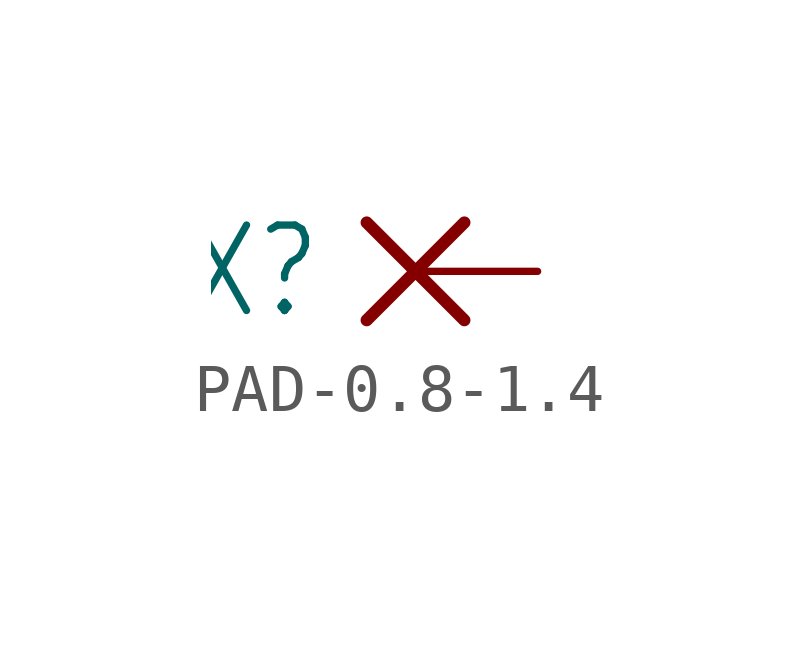
<source format=kicad_sym>
(kicad_symbol_lib
  (version 20231120)
  (generator "kicad_symbol_editor")
  (generator_version "8.0")
  (symbol "PAD-0.8-1.4"
    (property "Reference" "X"
      (at -1.905 0 0)
      (effects (font (size 1.778 1.511)) (justify right)))
    (property "ki_locked" ""
      (at 0 0 0)
      (effects (font (size 1.27 1.27))))
    (symbol "PAD-0.8-1.4_1_0"
      (polyline (pts (xy -1.016 -1.016) (xy 1.016 1.016)) (stroke (width 0.254) (type solid)) (fill (type none)))
      (polyline (pts (xy -1.016 1.016) (xy 1.016 -1.016)) (stroke (width 0.254) (type solid)) (fill (type none)))
      (pin passive line (at 2.54 0 180) (length 2.54) (name "P" (effects (font (size 0 0)))) (number "1" (effects (font (size 0 0))))))))
</source>
